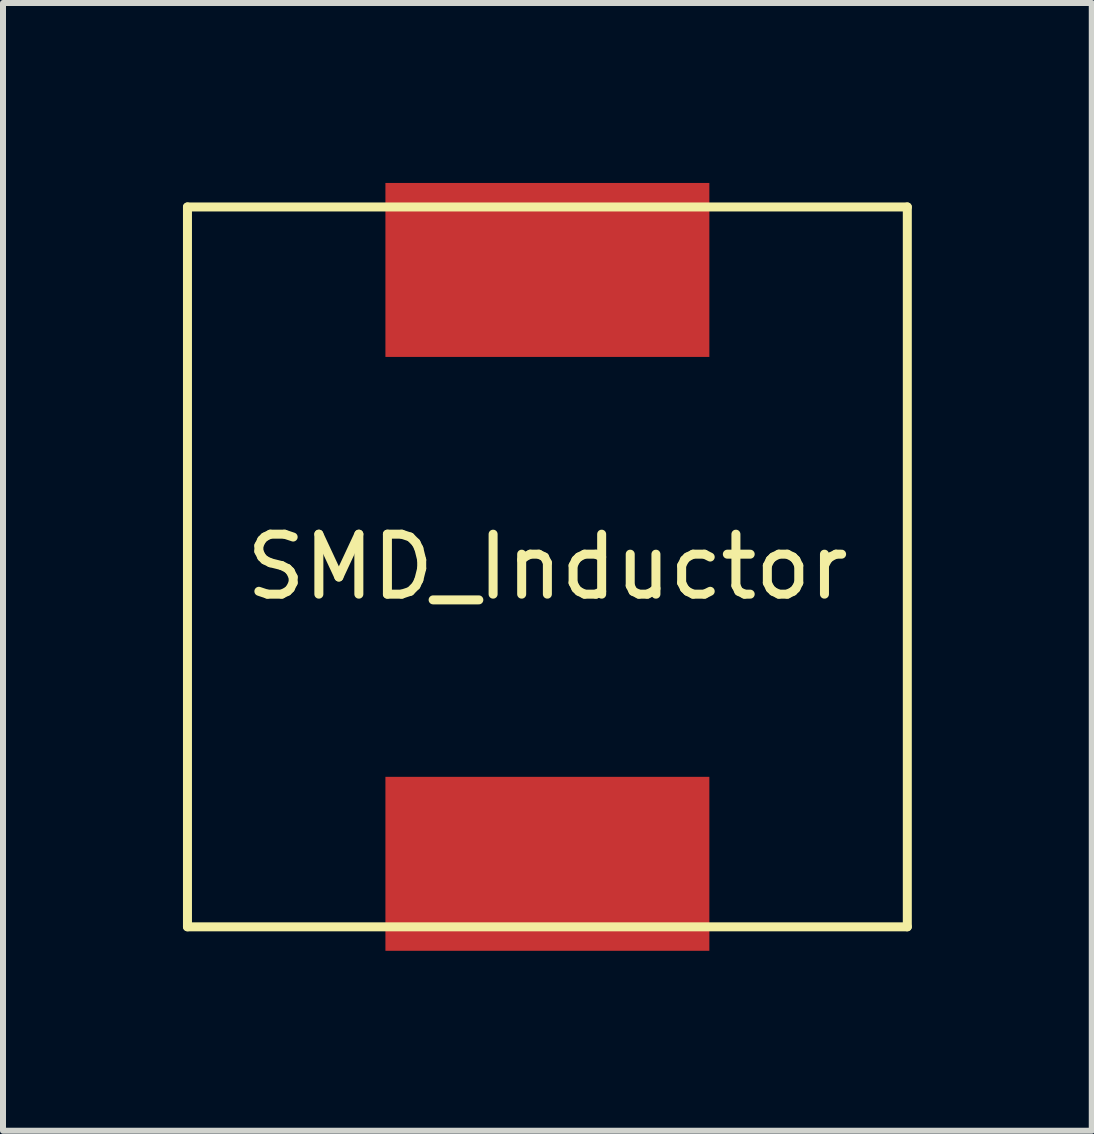
<source format=kicad_pcb>
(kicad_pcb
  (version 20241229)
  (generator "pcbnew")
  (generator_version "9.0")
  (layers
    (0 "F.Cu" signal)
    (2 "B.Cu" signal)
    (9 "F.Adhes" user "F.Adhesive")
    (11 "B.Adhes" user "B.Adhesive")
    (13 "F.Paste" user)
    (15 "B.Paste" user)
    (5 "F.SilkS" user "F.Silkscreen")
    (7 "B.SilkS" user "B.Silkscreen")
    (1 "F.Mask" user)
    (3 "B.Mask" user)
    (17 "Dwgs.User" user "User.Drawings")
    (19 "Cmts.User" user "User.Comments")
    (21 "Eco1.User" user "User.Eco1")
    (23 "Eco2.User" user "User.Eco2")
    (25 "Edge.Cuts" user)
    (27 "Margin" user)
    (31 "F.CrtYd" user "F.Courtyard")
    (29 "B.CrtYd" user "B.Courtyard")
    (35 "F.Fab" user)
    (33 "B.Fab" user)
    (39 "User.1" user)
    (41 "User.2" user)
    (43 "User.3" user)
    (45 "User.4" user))
  (footprint "SMD_Inductor"
    (layer "F.Cu")
    (at 6.075 6.4)
    (property "Reference" "SMD_Inductor" (at 0 0 0) (layer "F.SilkS") (effects (font (size 1 1) (thickness 0.15))))
    (attr through_hole)
    (fp_line (start -6 -6) (end 6 -6) (stroke (width 0.15) (type solid)) (layer "F.SilkS"))
    (fp_line (start -6 6) (end -6 -6) (stroke (width 0.15) (type solid)) (layer "F.SilkS"))
    (fp_line (start 6 -6) (end 6 6) (stroke (width 0.15) (type solid)) (layer "F.SilkS"))
    (fp_line (start 6 6) (end -6 6) (stroke (width 0.15) (type solid)) (layer "F.SilkS"))
    (pad "1" smd rect (at 0 -4.95) (size 5.4 2.9) (layers "F.Cu" "F.Mask" "F.Paste"))
    (pad "2" smd rect (at 0 4.95) (size 5.4 2.9) (layers "F.Cu" "F.Mask" "F.Paste")))
  (gr_rect
    (start -3 -3)
    (end 15.15 15.8)
    (stroke (width 0.1) (type default))
    (fill no)
    (layer "Edge.Cuts")))
</source>
